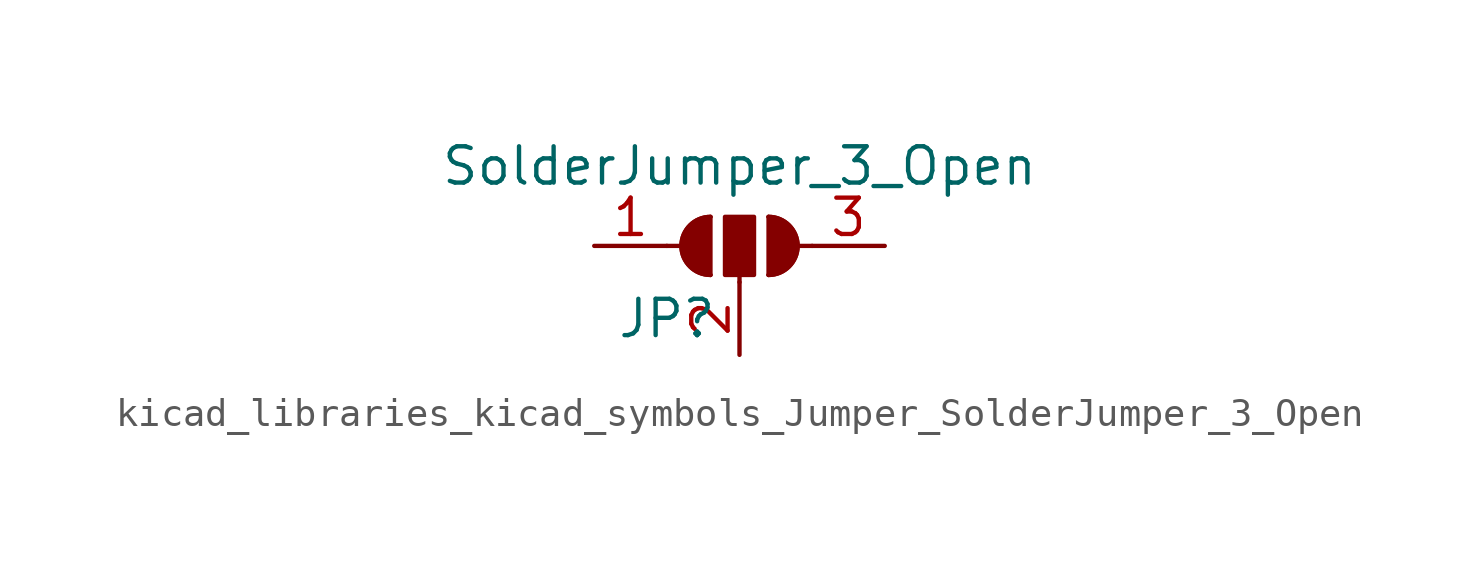
<source format=kicad_sym>
(kicad_symbol_lib
  (version 20220914)
  (generator kicad_symbol_editor)
  (symbol "kicad_libraries_kicad_symbols_Jumper_SolderJumper_3_Open"
    (pin_names
      (offset 0) hide)
    (property "Reference" "JP"
      (at -2.54 -2.54 0)
      (effects (font (size 1.27 1.27))))
    (property "Value" "SolderJumper_3_Open"
      (at 0 2.794 0)
      (effects (font (size 1.27 1.27))))
    (symbol "kicad_libraries_kicad_symbols_Jumper_SolderJumper_3_Open_0_1"
      (arc (start -1.016 1.016) (mid -2.0276 0) (end -1.016 -1.016) (stroke (width 0) (type default)) (fill (type none)))
      (arc (start -1.016 1.016) (mid -2.0276 0) (end -1.016 -1.016) (stroke (width 0) (type default)) (fill (type outline)))
      (rectangle (start -0.508 1.016) (end 0.508 -1.016) (stroke (width 0) (type default)) (fill (type outline)))
      (polyline (pts (xy -2.54 0) (xy -2.032 0)) (stroke (width 0) (type default)) (fill (type none)))
      (polyline (pts (xy -1.016 1.016) (xy -1.016 -1.016)) (stroke (width 0) (type default)) (fill (type none)))
      (polyline (pts (xy 0 -1.27) (xy 0 -1.016)) (stroke (width 0) (type default)) (fill (type none)))
      (polyline (pts (xy 1.016 1.016) (xy 1.016 -1.016)) (stroke (width 0) (type default)) (fill (type none)))
      (polyline (pts (xy 2.54 0) (xy 2.032 0)) (stroke (width 0) (type default)) (fill (type none)))
      (arc (start 1.016 -1.016) (mid 2.0276 0) (end 1.016 1.016) (stroke (width 0) (type default)) (fill (type none)))
      (arc (start 1.016 -1.016) (mid 2.0276 0) (end 1.016 1.016) (stroke (width 0) (type default)) (fill (type outline))))
    (symbol "kicad_libraries_kicad_symbols_Jumper_SolderJumper_3_Open_1_1"
      (pin passive line (at -5.08 0 0) (length 2.54) (name "A" (effects (font (size 1.27 1.27)))) (number "1" (effects (font (size 1.27 1.27)))))
      (pin passive line (at 0 -3.81 90) (length 2.54) (name "C" (effects (font (size 1.27 1.27)))) (number "2" (effects (font (size 1.27 1.27)))))
      (pin passive line (at 5.08 0 180) (length 2.54) (name "B" (effects (font (size 1.27 1.27)))) (number "3" (effects (font (size 1.27 1.27))))))))
</source>
